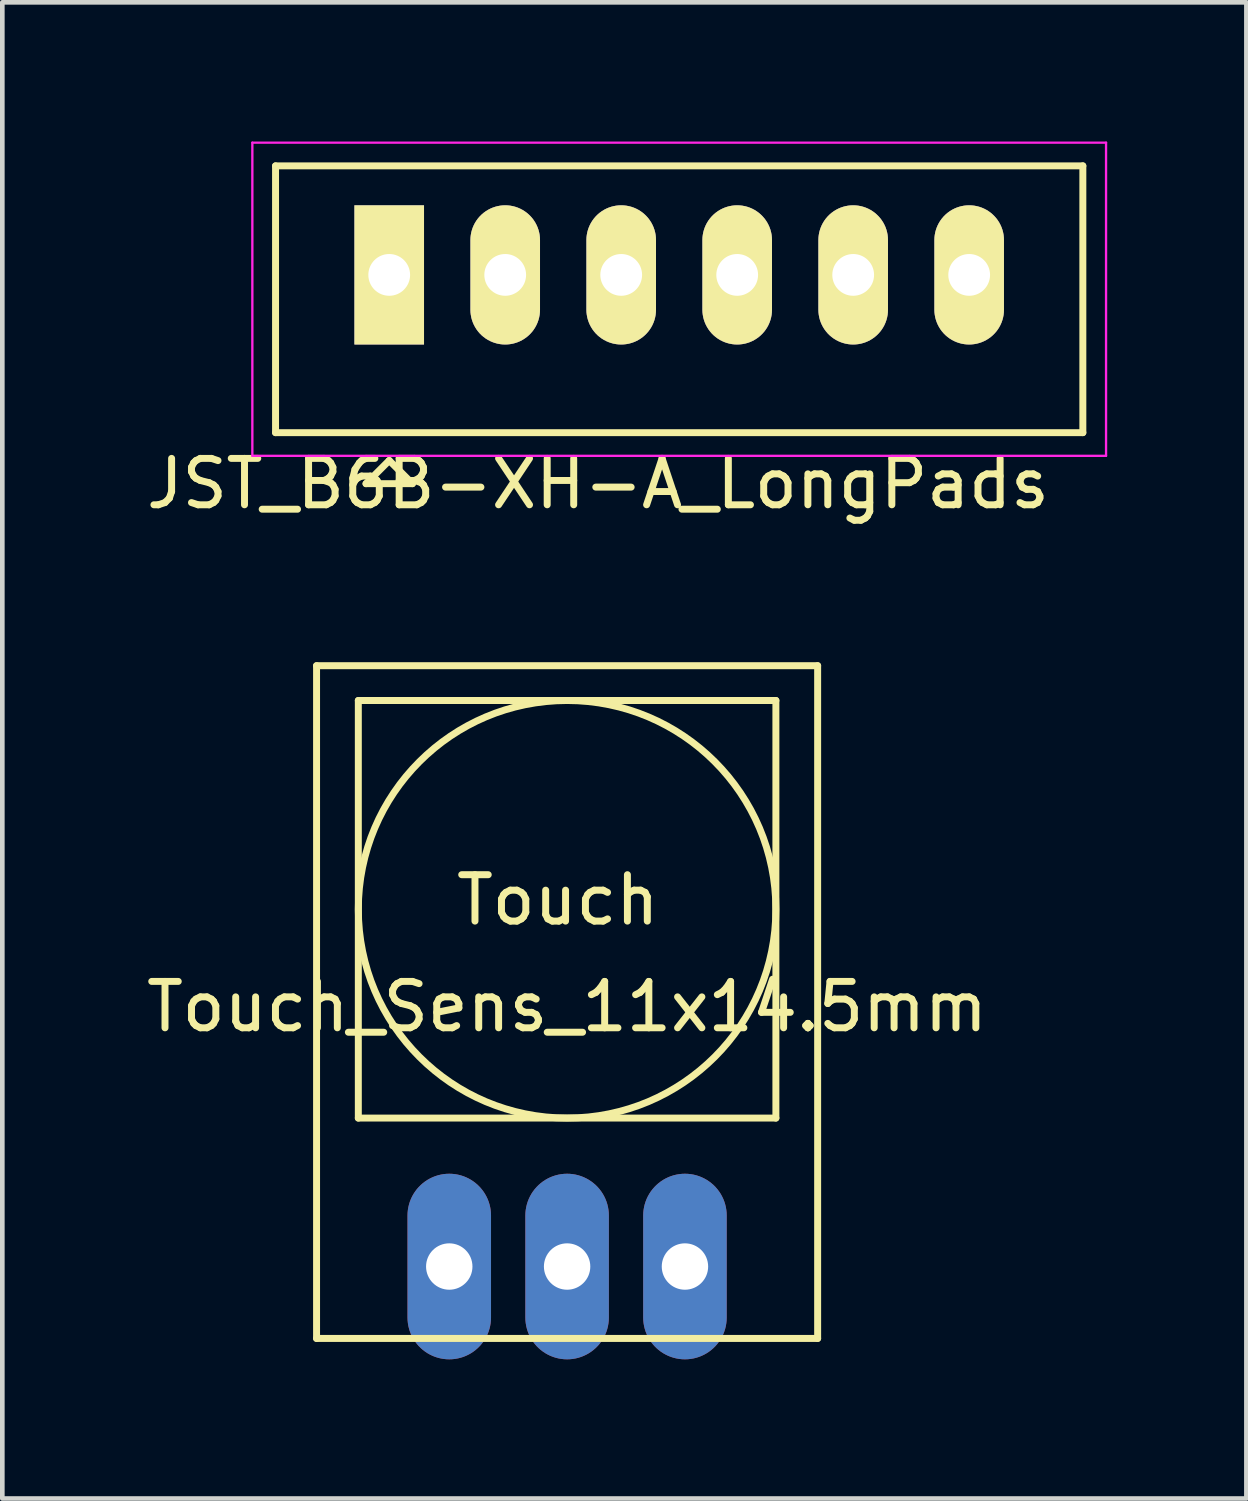
<source format=kicad_pcb>
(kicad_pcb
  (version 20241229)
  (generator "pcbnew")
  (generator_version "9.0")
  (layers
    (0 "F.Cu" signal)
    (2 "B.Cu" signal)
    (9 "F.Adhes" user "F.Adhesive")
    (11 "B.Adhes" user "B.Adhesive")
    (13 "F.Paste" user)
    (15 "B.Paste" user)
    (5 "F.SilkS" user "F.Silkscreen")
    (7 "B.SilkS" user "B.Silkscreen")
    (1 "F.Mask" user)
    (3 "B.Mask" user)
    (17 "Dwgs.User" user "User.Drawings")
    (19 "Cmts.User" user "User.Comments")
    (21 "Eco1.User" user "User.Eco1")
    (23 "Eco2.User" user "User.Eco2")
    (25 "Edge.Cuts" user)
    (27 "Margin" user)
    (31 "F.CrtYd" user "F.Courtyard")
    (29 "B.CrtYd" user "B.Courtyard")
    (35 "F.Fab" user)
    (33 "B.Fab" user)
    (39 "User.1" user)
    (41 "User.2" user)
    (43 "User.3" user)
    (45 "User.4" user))
  (footprint "Touch_Sens_11x14.5mm"
    (layer "F.Cu")
    (at 9.173 18.548)
    (property "Reference" "Touch_Sens_11x14.5mm" (at 0 0.1 0) (layer "F.SilkS") (effects (font (size 1 1) (thickness 0.15))))
    (attr through_hole)
    (fp_line (start -5.4 -7.25) (end -5.4 7.25) (stroke (width 0.15) (type solid)) (layer "F.SilkS"))
    (fp_line (start -5.4 -7.25) (end 5.4 -7.25) (stroke (width 0.15) (type solid)) (layer "F.SilkS"))
    (fp_line (start -5.4 7.25) (end 5.4 7.25) (stroke (width 0.15) (type solid)) (layer "F.SilkS"))
    (fp_line (start -4.5 -6.5) (end -4.5 2.5) (stroke (width 0.15) (type solid)) (layer "F.SilkS"))
    (fp_line (start -4.5 -6.5) (end 4.5 -6.5) (stroke (width 0.15) (type solid)) (layer "F.SilkS"))
    (fp_line (start -4.5 2.5) (end 4.5 2.5) (stroke (width 0.15) (type solid)) (layer "F.SilkS"))
    (fp_line (start 4.5 -6.5) (end 4.5 2.5) (stroke (width 0.15) (type solid)) (layer "F.SilkS"))
    (fp_line (start 5.4 -7.25) (end 5.4 7.25) (stroke (width 0.15) (type solid)) (layer "F.SilkS"))
    (fp_circle (center 0 -2) (end 0 -6.5) (stroke (width 0.15) (type solid)) (fill no) (layer "F.SilkS"))
    (fp_text user "Touch" (at -0.2 -2.2 0) (layer "F.SilkS") (effects (font (size 1 1) (thickness 0.15))))
    (pad "1" thru_hole oval (at -2.54 5.7) (size 1.8 4) (drill 1) (layers "*.Cu" "*.Mask"))
    (pad "2" thru_hole oval (at 0 5.7) (size 1.8 4) (drill 1) (layers "*.Cu" "*.Mask"))
    (pad "3" thru_hole oval (at 2.54 5.7) (size 1.8 4) (drill 1) (layers "*.Cu" "*.Mask")))
  (footprint "JST_B6B-XH-A_LongPads"
    (layer "F.Cu")
    (at 5.339 2.875)
    (property "Reference" "JST_B6B-XH-A_LongPads" (at 4.5 4.5 0) (layer "F.SilkS") (effects (font (size 1 1) (thickness 0.15))))
    (attr through_hole)
    (fp_line (start -2.45 -2.35) (end -2.45 3.4) (stroke (width 0.15) (type solid)) (layer "F.SilkS"))
    (fp_line (start -2.45 -2.35) (end 14.95 -2.35) (stroke (width 0.15) (type solid)) (layer "F.SilkS"))
    (fp_line (start -2.45 3.4) (end 14.95 3.4) (stroke (width 0.15) (type solid)) (layer "F.SilkS"))
    (fp_line (start -0.5 4.5) (end 0.5 4.5) (stroke (width 0.15) (type solid)) (layer "F.SilkS"))
    (fp_line (start 0 4) (end -0.5 4.5) (stroke (width 0.15) (type solid)) (layer "F.SilkS"))
    (fp_line (start 0 4) (end 0.5 4.5) (stroke (width 0.15) (type solid)) (layer "F.SilkS"))
    (fp_line (start 14.95 -2.35) (end 14.95 3.4) (stroke (width 0.15) (type solid)) (layer "F.SilkS"))
    (fp_line (start -2.95 -2.85) (end -2.95 3.9) (stroke (width 0.05) (type solid)) (layer "F.CrtYd"))
    (fp_line (start -2.95 -2.85) (end 15.45 -2.85) (stroke (width 0.05) (type solid)) (layer "F.CrtYd"))
    (fp_line (start -2.95 3.9) (end 15.45 3.9) (stroke (width 0.05) (type solid)) (layer "F.CrtYd"))
    (fp_line (start 15.45 -2.85) (end 15.45 3.9) (stroke (width 0.05) (type solid)) (layer "F.CrtYd"))
    (pad "1" thru_hole rect (at 0 0) (size 1.5 3) (drill 0.9) (layers "*.Cu" "*.Mask" "F.SilkS"))
    (pad "2" thru_hole oval (at 2.5 0) (size 1.5 3) (drill 0.9) (layers "*.Cu" "*.Mask" "F.SilkS"))
    (pad "3" thru_hole oval (at 5 0) (size 1.5 3) (drill 0.9) (layers "*.Cu" "*.Mask" "F.SilkS"))
    (pad "4" thru_hole oval (at 7.5 0) (size 1.5 3) (drill 0.9) (layers "*.Cu" "*.Mask" "F.SilkS"))
    (pad "5" thru_hole oval (at 10 0) (size 1.5 3) (drill 0.9) (layers "*.Cu" "*.Mask" "F.SilkS"))
    (pad "6" thru_hole oval (at 12.5 0) (size 1.5 3) (drill 0.9) (layers "*.Cu" "*.Mask" "F.SilkS")))
  (gr_rect
    (start -3 -3)
    (end 23.814 29.248)
    (stroke (width 0.1) (type default))
    (fill no)
    (layer "Edge.Cuts")))
</source>
